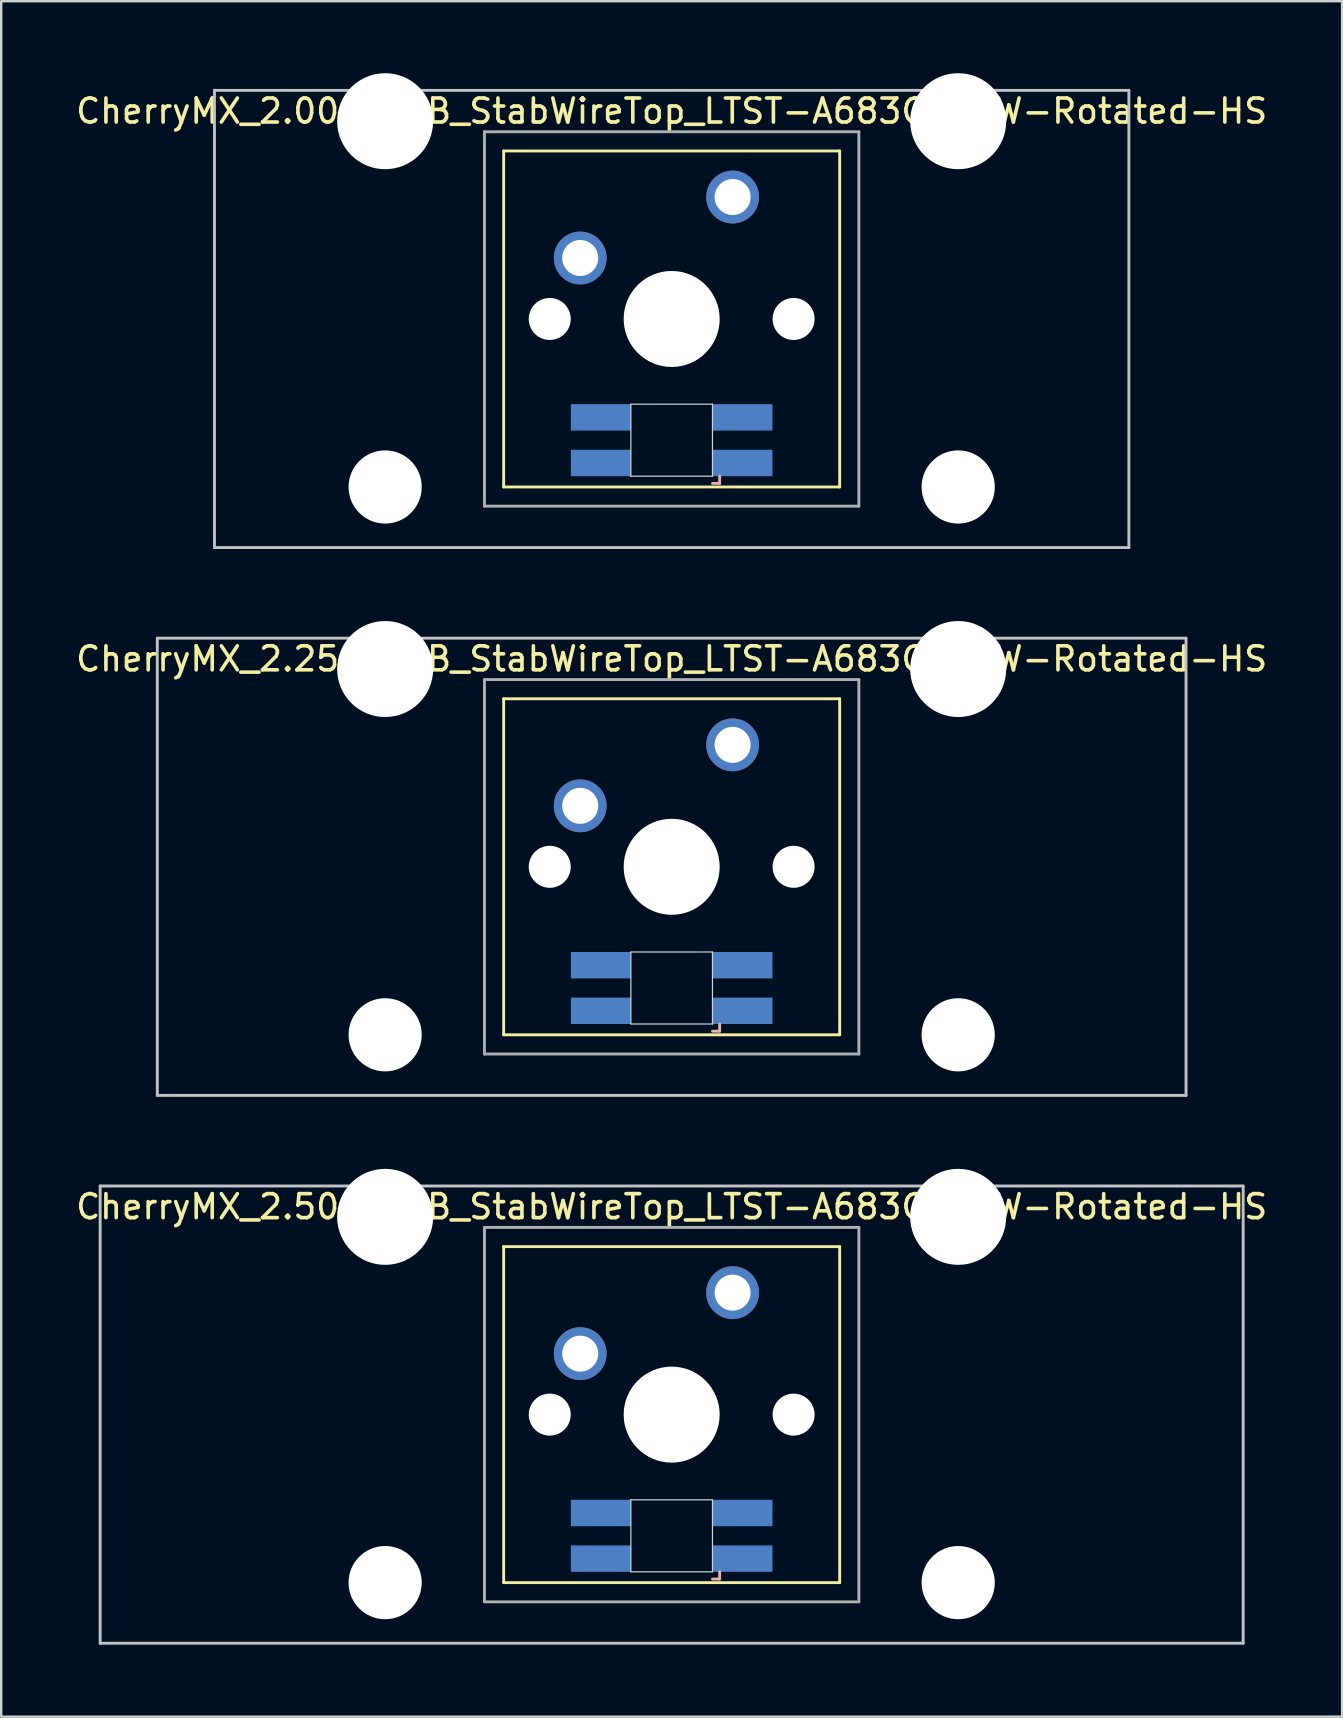
<source format=kicad_pcb>
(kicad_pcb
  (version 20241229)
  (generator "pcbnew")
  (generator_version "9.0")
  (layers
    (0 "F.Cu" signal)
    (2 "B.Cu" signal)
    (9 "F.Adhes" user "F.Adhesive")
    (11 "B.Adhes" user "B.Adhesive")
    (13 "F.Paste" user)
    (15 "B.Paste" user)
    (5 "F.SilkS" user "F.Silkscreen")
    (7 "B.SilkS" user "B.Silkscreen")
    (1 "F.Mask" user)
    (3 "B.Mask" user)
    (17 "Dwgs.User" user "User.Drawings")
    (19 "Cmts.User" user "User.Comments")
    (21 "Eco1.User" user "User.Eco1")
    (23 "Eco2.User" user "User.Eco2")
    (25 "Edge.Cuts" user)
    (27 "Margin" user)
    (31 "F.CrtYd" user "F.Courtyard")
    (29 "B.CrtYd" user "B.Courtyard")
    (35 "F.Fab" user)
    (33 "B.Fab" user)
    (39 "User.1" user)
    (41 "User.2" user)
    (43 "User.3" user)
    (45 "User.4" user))
  (footprint "CherryMX_2.25u_PCB_StabWireTop_LTST-A683CEGBW-Rotated-HS"
    (layer "F.Cu")
    (at 24.935 33.065)
    (property "Reference" "CherryMX_2.25u_PCB_StabWireTop_LTST-A683CEGBW-Rotated-HS" (at 0 -8.662 0) (layer "F.SilkS") (effects (font (size 1 1) (thickness 0.15))))
    (attr through_hole)
    (fp_line (start -7 -7) (end -7 7) (stroke (width 0.12) (type solid)) (layer "F.SilkS"))
    (fp_line (start -7 -7) (end 7 -7) (stroke (width 0.12) (type solid)) (layer "F.SilkS"))
    (fp_line (start 7 -7) (end 7 7) (stroke (width 0.12) (type solid)) (layer "F.SilkS"))
    (fp_line (start 7 7) (end -7 7) (stroke (width 0.12) (type solid)) (layer "F.SilkS"))
    (fp_line (start 1.7 6.85) (end 2 6.85) (stroke (width 0.12) (type solid)) (layer "B.SilkS"))
    (fp_line (start 2 6.85) (end 2 6.55) (stroke (width 0.12) (type solid)) (layer "B.SilkS"))
    (fp_line (start -21.431 -9.525) (end 21.431 -9.525) (stroke (width 0.12) (type solid)) (layer "Dwgs.User"))
    (fp_line (start -21.431 9.525) (end -21.431 -9.525) (stroke (width 0.12) (type solid)) (layer "Dwgs.User"))
    (fp_line (start 21.431 -9.525) (end 21.431 9.525) (stroke (width 0.12) (type solid)) (layer "Dwgs.User"))
    (fp_line (start 21.431 9.525) (end -21.431 9.525) (stroke (width 0.12) (type solid)) (layer "Dwgs.User"))
    (fp_line (start -1.7 3.55) (end 1.7 3.55) (stroke (width 0.05) (type solid)) (layer "Edge.Cuts"))
    (fp_line (start -1.7 6.55) (end -1.7 3.55) (stroke (width 0.05) (type solid)) (layer "Edge.Cuts"))
    (fp_line (start 1.7 3.55) (end 1.7 6.55) (stroke (width 0.05) (type solid)) (layer "Edge.Cuts"))
    (fp_line (start 1.7 6.55) (end -1.7 6.55) (stroke (width 0.05) (type solid)) (layer "Edge.Cuts"))
    (fp_line (start -7.8 -7.8) (end -7.8 7.8) (stroke (width 0.12) (type solid)) (layer "F.Fab"))
    (fp_line (start -7.8 -7.8) (end 7.8 -7.8) (stroke (width 0.12) (type solid)) (layer "F.Fab"))
    (fp_line (start -7.8 7.8) (end 7.8 7.8) (stroke (width 0.12) (type solid)) (layer "F.Fab"))
    (fp_line (start 7.8 -7.8) (end 7.8 7.8) (stroke (width 0.12) (type solid)) (layer "F.Fab"))
    (pad "" np_thru_hole circle (at -11.938 -8.24) (size 4 4) (drill 4) (layers "*.Cu" "*.Mask"))
    (pad "" np_thru_hole circle (at -11.938 7) (size 3.05 3.05) (drill 3.05) (layers "*.Cu" "*.Mask"))
    (pad "" np_thru_hole circle (at -5.08 0) (size 1.75 1.75) (drill 1.75) (layers "*.Cu" "*.Mask"))
    (pad "" np_thru_hole circle (at 0 0) (size 4 4) (drill 4) (layers "*.Cu" "*.Mask"))
    (pad "" np_thru_hole circle (at 5.08 0) (size 1.75 1.75) (drill 1.75) (layers "*.Cu" "*.Mask"))
    (pad "" np_thru_hole circle (at 11.938 -8.24) (size 4 4) (drill 4) (layers "*.Cu" "*.Mask"))
    (pad "" np_thru_hole circle (at 11.938 7) (size 3.05 3.05) (drill 3.05) (layers "*.Cu" "*.Mask"))
    (pad "1" thru_hole circle (at -3.81 -2.54) (size 2.2 2.2) (drill 1.5) (layers "*.Cu" "*.Mask"))
    (pad "2" thru_hole circle (at 2.54 -5.08) (size 2.2 2.2) (drill 1.5) (layers "*.Cu" "*.Mask"))
    (pad "3" smd rect (at 2.95 6) (size 2.5 1.1) (layers "B.Cu" "B.Mask" "B.Paste"))
    (pad "4" smd rect (at 2.95 4.1) (size 2.5 1.1) (layers "B.Cu" "B.Mask" "B.Paste"))
    (pad "5" smd rect (at -2.95 6) (size 2.5 1.1) (layers "B.Cu" "B.Mask" "B.Paste"))
    (pad "6" smd rect (at -2.95 4.1) (size 2.5 1.1) (layers "B.Cu" "B.Mask" "B.Paste")))
  (footprint "CherryMX_2.50u_PCB_StabWireTop_LTST-A683CEGBW-Rotated-HS"
    (layer "F.Cu")
    (at 24.935 55.89)
    (property "Reference" "CherryMX_2.50u_PCB_StabWireTop_LTST-A683CEGBW-Rotated-HS" (at 0 -8.662 0) (layer "F.SilkS") (effects (font (size 1 1) (thickness 0.15))))
    (attr through_hole)
    (fp_line (start -7 -7) (end -7 7) (stroke (width 0.12) (type solid)) (layer "F.SilkS"))
    (fp_line (start -7 -7) (end 7 -7) (stroke (width 0.12) (type solid)) (layer "F.SilkS"))
    (fp_line (start 7 -7) (end 7 7) (stroke (width 0.12) (type solid)) (layer "F.SilkS"))
    (fp_line (start 7 7) (end -7 7) (stroke (width 0.12) (type solid)) (layer "F.SilkS"))
    (fp_line (start 1.7 6.85) (end 2 6.85) (stroke (width 0.12) (type solid)) (layer "B.SilkS"))
    (fp_line (start 2 6.85) (end 2 6.55) (stroke (width 0.12) (type solid)) (layer "B.SilkS"))
    (fp_line (start -23.812 -9.525) (end 23.812 -9.525) (stroke (width 0.12) (type solid)) (layer "Dwgs.User"))
    (fp_line (start -23.812 9.525) (end -23.812 -9.525) (stroke (width 0.12) (type solid)) (layer "Dwgs.User"))
    (fp_line (start 23.812 -9.525) (end 23.812 9.525) (stroke (width 0.12) (type solid)) (layer "Dwgs.User"))
    (fp_line (start 23.812 9.525) (end -23.812 9.525) (stroke (width 0.12) (type solid)) (layer "Dwgs.User"))
    (fp_line (start -1.7 3.55) (end 1.7 3.55) (stroke (width 0.05) (type solid)) (layer "Edge.Cuts"))
    (fp_line (start -1.7 6.55) (end -1.7 3.55) (stroke (width 0.05) (type solid)) (layer "Edge.Cuts"))
    (fp_line (start 1.7 3.55) (end 1.7 6.55) (stroke (width 0.05) (type solid)) (layer "Edge.Cuts"))
    (fp_line (start 1.7 6.55) (end -1.7 6.55) (stroke (width 0.05) (type solid)) (layer "Edge.Cuts"))
    (fp_line (start -7.8 -7.8) (end -7.8 7.8) (stroke (width 0.12) (type solid)) (layer "F.Fab"))
    (fp_line (start -7.8 -7.8) (end 7.8 -7.8) (stroke (width 0.12) (type solid)) (layer "F.Fab"))
    (fp_line (start -7.8 7.8) (end 7.8 7.8) (stroke (width 0.12) (type solid)) (layer "F.Fab"))
    (fp_line (start 7.8 -7.8) (end 7.8 7.8) (stroke (width 0.12) (type solid)) (layer "F.Fab"))
    (pad "" np_thru_hole circle (at -11.938 -8.24) (size 4 4) (drill 4) (layers "*.Cu" "*.Mask"))
    (pad "" np_thru_hole circle (at -11.938 7) (size 3.05 3.05) (drill 3.05) (layers "*.Cu" "*.Mask"))
    (pad "" np_thru_hole circle (at -5.08 0) (size 1.75 1.75) (drill 1.75) (layers "*.Cu" "*.Mask"))
    (pad "" np_thru_hole circle (at 0 0) (size 4 4) (drill 4) (layers "*.Cu" "*.Mask"))
    (pad "" np_thru_hole circle (at 5.08 0) (size 1.75 1.75) (drill 1.75) (layers "*.Cu" "*.Mask"))
    (pad "" np_thru_hole circle (at 11.938 -8.24) (size 4 4) (drill 4) (layers "*.Cu" "*.Mask"))
    (pad "" np_thru_hole circle (at 11.938 7) (size 3.05 3.05) (drill 3.05) (layers "*.Cu" "*.Mask"))
    (pad "1" thru_hole circle (at -3.81 -2.54) (size 2.2 2.2) (drill 1.5) (layers "*.Cu" "*.Mask"))
    (pad "2" thru_hole circle (at 2.54 -5.08) (size 2.2 2.2) (drill 1.5) (layers "*.Cu" "*.Mask"))
    (pad "3" smd rect (at 2.95 6) (size 2.5 1.1) (layers "B.Cu" "B.Mask" "B.Paste"))
    (pad "4" smd rect (at 2.95 4.1) (size 2.5 1.1) (layers "B.Cu" "B.Mask" "B.Paste"))
    (pad "5" smd rect (at -2.95 6) (size 2.5 1.1) (layers "B.Cu" "B.Mask" "B.Paste"))
    (pad "6" smd rect (at -2.95 4.1) (size 2.5 1.1) (layers "B.Cu" "B.Mask" "B.Paste")))
  (footprint "CherryMX_2.00u_PCB_StabWireTop_LTST-A683CEGBW-Rotated-HS"
    (layer "F.Cu")
    (at 24.935 10.24)
    (property "Reference" "CherryMX_2.00u_PCB_StabWireTop_LTST-A683CEGBW-Rotated-HS" (at 0 -8.662 0) (layer "F.SilkS") (effects (font (size 1 1) (thickness 0.15))))
    (attr through_hole)
    (fp_line (start -7 -7) (end -7 7) (stroke (width 0.12) (type solid)) (layer "F.SilkS"))
    (fp_line (start -7 -7) (end 7 -7) (stroke (width 0.12) (type solid)) (layer "F.SilkS"))
    (fp_line (start 7 -7) (end 7 7) (stroke (width 0.12) (type solid)) (layer "F.SilkS"))
    (fp_line (start 7 7) (end -7 7) (stroke (width 0.12) (type solid)) (layer "F.SilkS"))
    (fp_line (start 1.7 6.85) (end 2 6.85) (stroke (width 0.12) (type solid)) (layer "B.SilkS"))
    (fp_line (start 2 6.85) (end 2 6.55) (stroke (width 0.12) (type solid)) (layer "B.SilkS"))
    (fp_line (start -19.05 -9.525) (end 19.05 -9.525) (stroke (width 0.12) (type solid)) (layer "Dwgs.User"))
    (fp_line (start -19.05 9.525) (end -19.05 -9.525) (stroke (width 0.12) (type solid)) (layer "Dwgs.User"))
    (fp_line (start 19.05 -9.525) (end 19.05 9.525) (stroke (width 0.12) (type solid)) (layer "Dwgs.User"))
    (fp_line (start 19.05 9.525) (end -19.05 9.525) (stroke (width 0.12) (type solid)) (layer "Dwgs.User"))
    (fp_line (start -1.7 3.55) (end 1.7 3.55) (stroke (width 0.05) (type solid)) (layer "Edge.Cuts"))
    (fp_line (start -1.7 6.55) (end -1.7 3.55) (stroke (width 0.05) (type solid)) (layer "Edge.Cuts"))
    (fp_line (start 1.7 3.55) (end 1.7 6.55) (stroke (width 0.05) (type solid)) (layer "Edge.Cuts"))
    (fp_line (start 1.7 6.55) (end -1.7 6.55) (stroke (width 0.05) (type solid)) (layer "Edge.Cuts"))
    (fp_line (start -7.8 -7.8) (end -7.8 7.8) (stroke (width 0.12) (type solid)) (layer "F.Fab"))
    (fp_line (start -7.8 -7.8) (end 7.8 -7.8) (stroke (width 0.12) (type solid)) (layer "F.Fab"))
    (fp_line (start -7.8 7.8) (end 7.8 7.8) (stroke (width 0.12) (type solid)) (layer "F.Fab"))
    (fp_line (start 7.8 -7.8) (end 7.8 7.8) (stroke (width 0.12) (type solid)) (layer "F.Fab"))
    (pad "" np_thru_hole circle (at -11.938 -8.24) (size 4 4) (drill 4) (layers "*.Cu" "*.Mask"))
    (pad "" np_thru_hole circle (at -11.938 7) (size 3.05 3.05) (drill 3.05) (layers "*.Cu" "*.Mask"))
    (pad "" np_thru_hole circle (at -5.08 0) (size 1.75 1.75) (drill 1.75) (layers "*.Cu" "*.Mask"))
    (pad "" np_thru_hole circle (at 0 0) (size 4 4) (drill 4) (layers "*.Cu" "*.Mask"))
    (pad "" np_thru_hole circle (at 5.08 0) (size 1.75 1.75) (drill 1.75) (layers "*.Cu" "*.Mask"))
    (pad "" np_thru_hole circle (at 11.938 -8.24) (size 4 4) (drill 4) (layers "*.Cu" "*.Mask"))
    (pad "" np_thru_hole circle (at 11.938 7) (size 3.05 3.05) (drill 3.05) (layers "*.Cu" "*.Mask"))
    (pad "1" thru_hole circle (at -3.81 -2.54) (size 2.2 2.2) (drill 1.5) (layers "*.Cu" "*.Mask"))
    (pad "2" thru_hole circle (at 2.54 -5.08) (size 2.2 2.2) (drill 1.5) (layers "*.Cu" "*.Mask"))
    (pad "3" smd rect (at 2.95 6) (size 2.5 1.1) (layers "B.Cu" "B.Mask" "B.Paste"))
    (pad "4" smd rect (at 2.95 4.1) (size 2.5 1.1) (layers "B.Cu" "B.Mask" "B.Paste"))
    (pad "5" smd rect (at -2.95 6) (size 2.5 1.1) (layers "B.Cu" "B.Mask" "B.Paste"))
    (pad "6" smd rect (at -2.95 4.1) (size 2.5 1.1) (layers "B.Cu" "B.Mask" "B.Paste")))
  (gr_rect
    (start -3 -3)
    (end 52.869 68.475)
    (stroke (width 0.1) (type default))
    (fill no)
    (layer "Edge.Cuts")))
</source>
